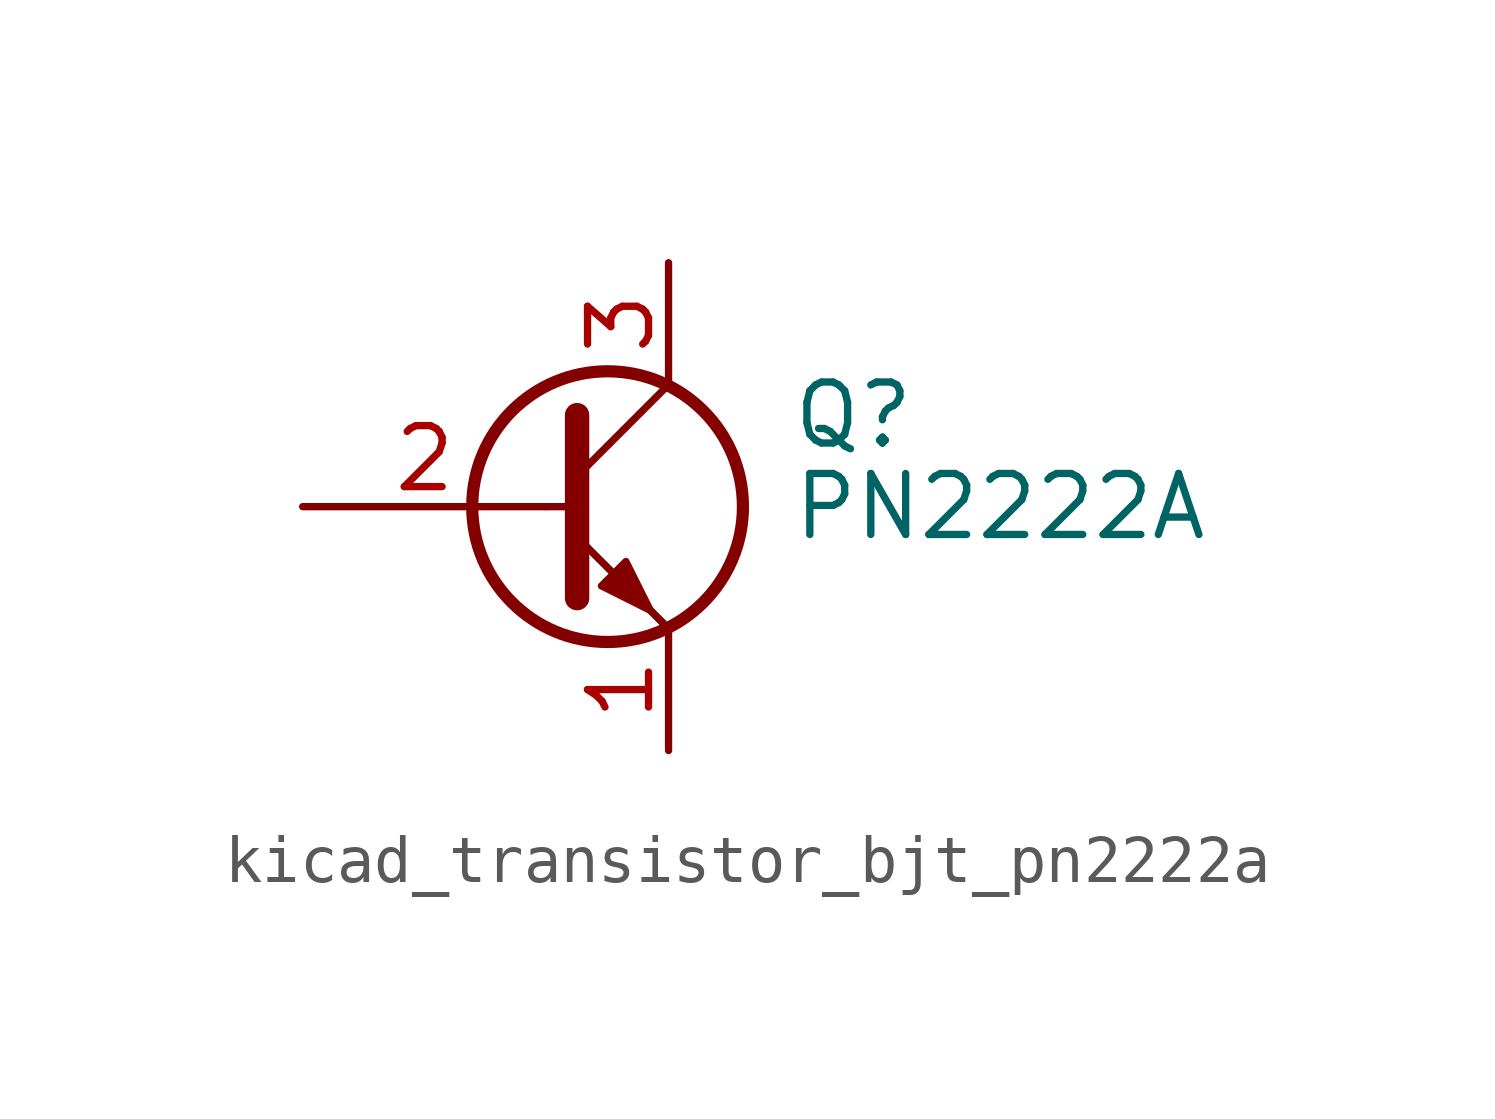
<source format=kicad_sym>
(kicad_symbol_lib
  (version 20220914)
  (generator kicad_symbol_editor)
  (symbol "kicad_transistor_bjt_pn2222a"
    (pin_names
      (offset 0) hide)
    (property "Reference" "Q"
      (at 5.08 1.905 0)
      (effects (font (size 1.27 1.27)) (justify left)))
    (property "Value" "PN2222A"
      (at 5.08 0 0)
      (effects (font (size 1.27 1.27)) (justify left)))
    (symbol "kicad_transistor_bjt_pn2222a_0_1"
      (polyline (pts (xy 0 0) (xy 0.635 0)) (stroke (width 0) (type default)) (fill (type none)))
      (polyline (pts (xy 2.54 -2.54) (xy 0.635 -0.635)) (stroke (width 0) (type default)) (fill (type none)))
      (polyline (pts (xy 2.54 2.54) (xy 0.635 0.635)) (stroke (width 0) (type default)) (fill (type none)))
      (polyline (pts (xy 0.635 1.905) (xy 0.635 -1.905) (xy 0.635 -1.905)) (stroke (width 0.508) (type default)) (fill (type none)))
      (polyline (pts (xy 2.413 -2.413) (xy 1.905 -1.905) (xy 1.905 -1.905)) (stroke (width 0) (type default)) (fill (type none)))
      (polyline (pts (xy 1.143 -1.651) (xy 1.651 -1.143) (xy 2.159 -2.159) (xy 1.143 -1.651) (xy 1.143 -1.651)) (stroke (width 0) (type default)) (fill (type outline)))
      (circle (center 1.27 0) (radius 2.819) (stroke (width 0.254) (type default)) (fill (type none))))
    (symbol "kicad_transistor_bjt_pn2222a_1_1"
      (pin passive line (at 2.54 -5.08 90) (length 2.54) (name "E" (effects (font (size 1.27 1.27)))) (number "1" (effects (font (size 1.27 1.27)))))
      (pin input line (at -5.08 0 0) (length 5.08) (name "B" (effects (font (size 1.27 1.27)))) (number "2" (effects (font (size 1.27 1.27)))))
      (pin passive line (at 2.54 5.08 270) (length 2.54) (name "C" (effects (font (size 1.27 1.27)))) (number "3" (effects (font (size 1.27 1.27))))))))
</source>
